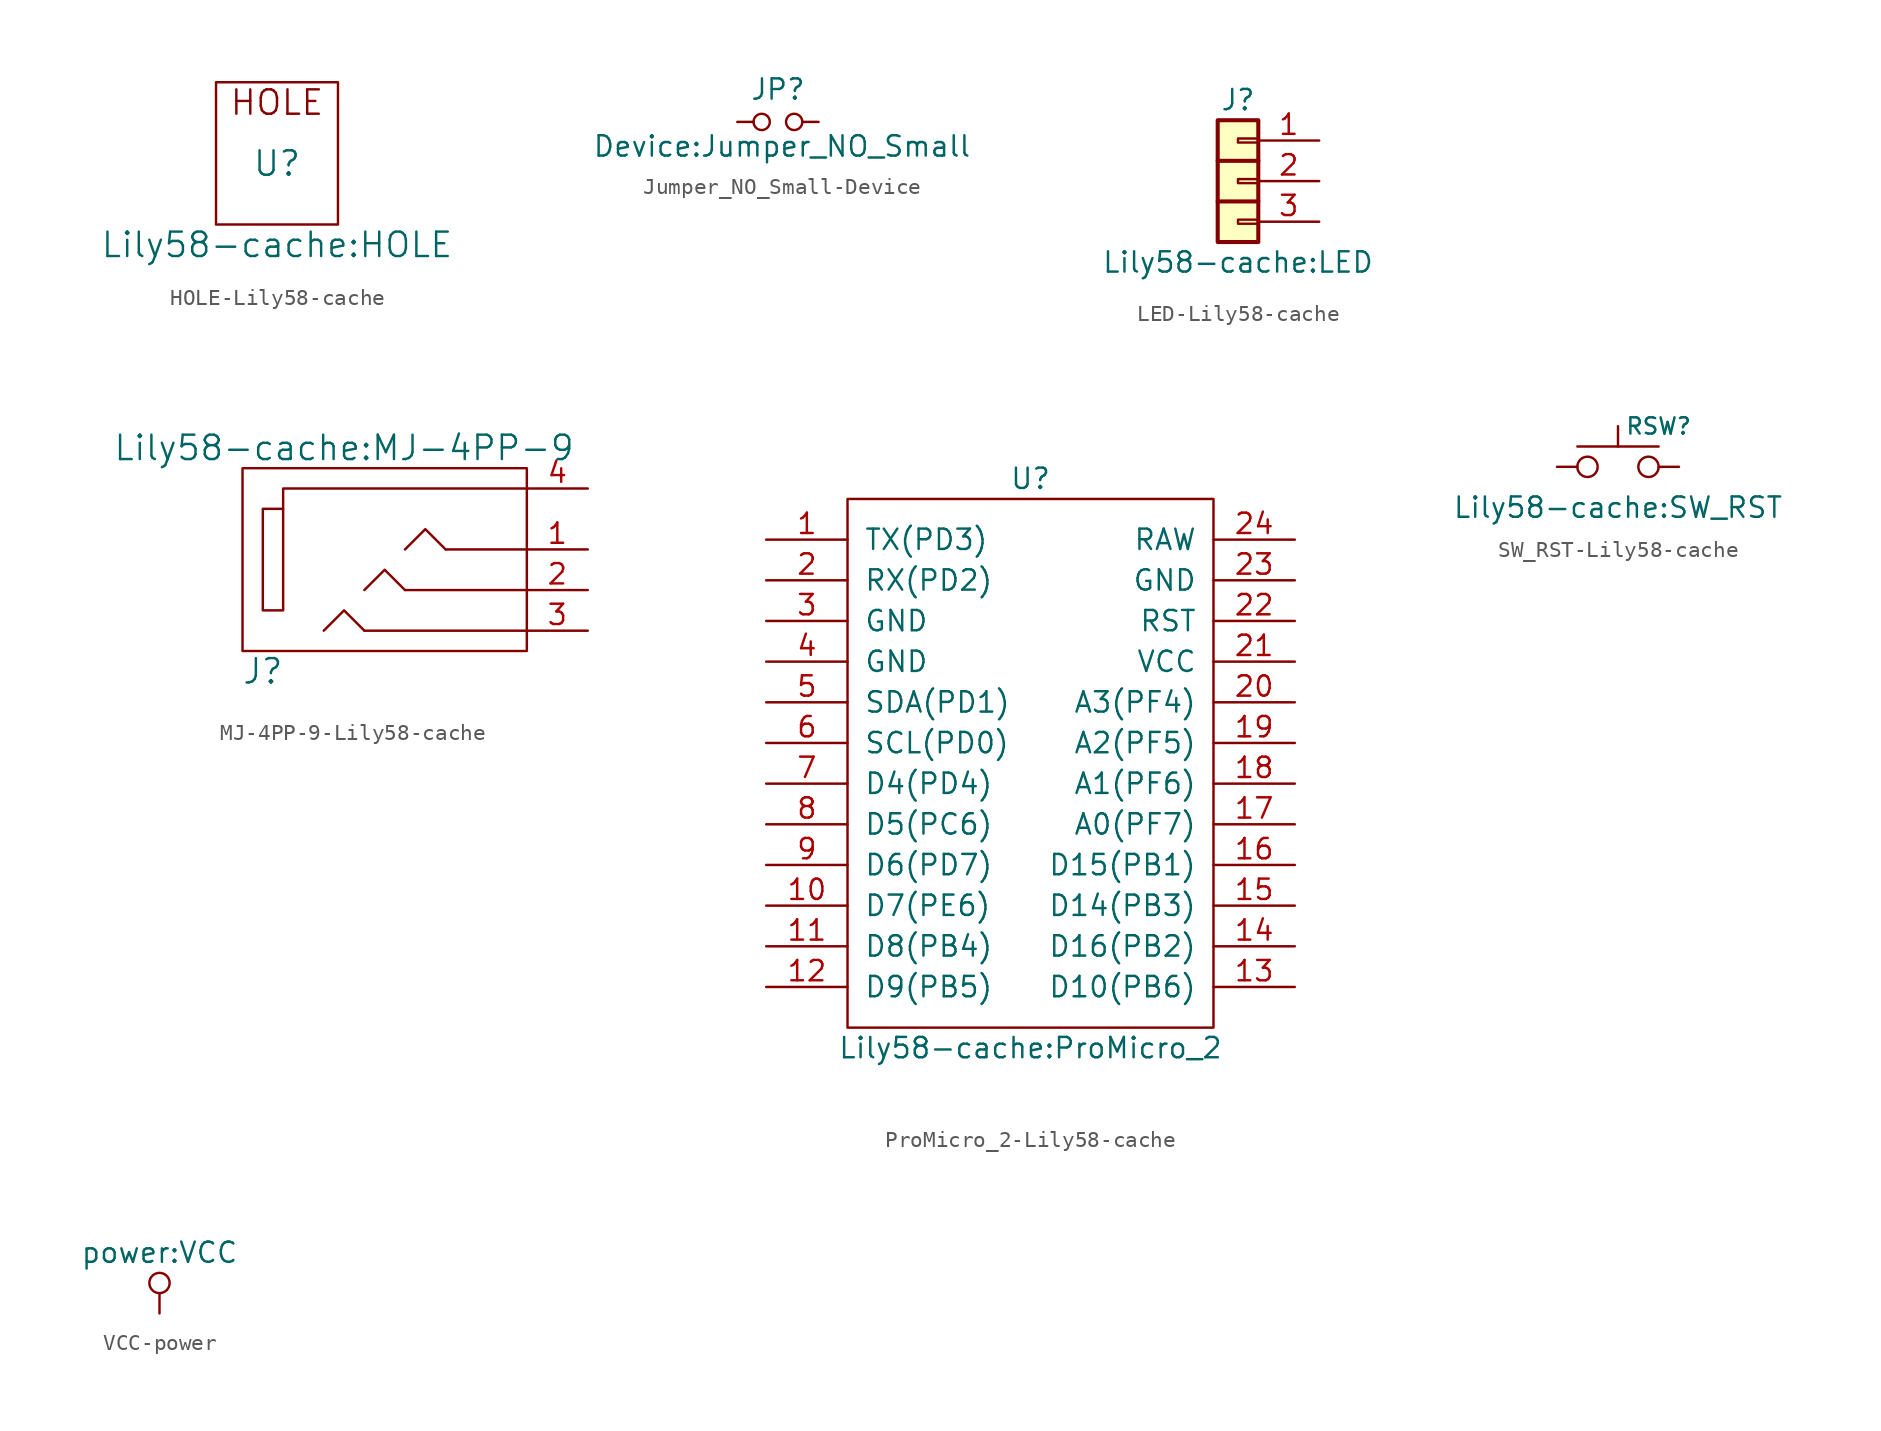
<source format=kicad_sym>
(kicad_symbol_lib
  (version 20231120)
  (generator "kicad_symbol_editor")
  (generator_version "8.0")
  (symbol "HOLE-Lily58-cache"
    (pin_names
      (offset 1.016))
    (property "Reference" "U"
      (at 0 0 0)
      (effects (font (size 1.524 1.524))))
    (property "Value" "Lily58-cache:HOLE"
      (at 0 -5.08 0)
      (effects (font (size 1.524 1.524))))
    (property "Footprint" ""
      (at 0 0 0)
      (effects (font (size 1.524 1.524))))
    (property "Datasheet" ""
      (at 0 0 0)
      (effects (font (size 1.524 1.524))))
    (symbol "HOLE-Lily58-cache_0_0"
      (text "HOLE" (at 0 3.81 0) (effects (font (size 1.524 1.524)))))
    (symbol "HOLE-Lily58-cache_0_1"
      (rectangle (start 3.81 5.08) (end -3.81 -3.81) (stroke (width 0) (type solid)) (fill (type none)))))
  (symbol "Jumper_NO_Small-Device"
    (pin_numbers hide)
    (pin_names
      (offset 0.762) hide)
    (property "Reference" "JP"
      (at 0 2.032 0)
      (effects (font (size 1.27 1.27))))
    (property "Value" "Device:Jumper_NO_Small"
      (at 0.254 -1.524 0)
      (effects (font (size 1.27 1.27))))
    (symbol "Jumper_NO_Small-Device_0_1"
      (circle (center -1.016 0) (radius 0.508) (stroke (width 0) (type solid)) (fill (type none)))
      (circle (center 1.016 0) (radius 0.508) (stroke (width 0) (type solid)) (fill (type none)))
      (pin passive line (at -2.54 0 0) (length 1.016) (name "1" (effects (font (size 1.27 1.27)))) (number "1" (effects (font (size 1.27 1.27)))))
      (pin passive line (at 2.54 0 180) (length 1.016) (name "2" (effects (font (size 1.27 1.27)))) (number "2" (effects (font (size 1.27 1.27)))))))
  (symbol "LED-Lily58-cache"
    (pin_names
      (offset 1.016) hide)
    (property "Reference" "J"
      (at 0 5.08 0)
      (effects (font (size 1.27 1.27))))
    (property "Value" "Lily58-cache:LED"
      (at 0 -5.08 0)
      (effects (font (size 1.27 1.27))))
    (symbol "LED-Lily58-cache_1_1"
      (rectangle (start -1.27 3.81) (end 1.27 -3.81) (stroke (width 0.254) (type solid)) (fill (type background)))
      (rectangle (start 0 -2.413) (end 1.27 -2.667) (stroke (width 0.152) (type solid)) (fill (type none)))
      (polyline (pts (xy -1.27 -1.27) (xy 1.27 -1.27)) (stroke (width 0.254) (type solid)) (fill (type none)))
      (polyline (pts (xy -1.27 1.27) (xy 1.27 1.27)) (stroke (width 0.254) (type solid)) (fill (type none)))
      (rectangle (start 0 0.127) (end 1.27 -0.127) (stroke (width 0.152) (type solid)) (fill (type none)))
      (rectangle (start 0 2.667) (end 1.27 2.413) (stroke (width 0.152) (type solid)) (fill (type none)))
      (pin passive line (at 5.08 2.54 180) (length 3.81) (name "Pin_1" (effects (font (size 1.27 1.27)))) (number "1" (effects (font (size 1.27 1.27)))))
      (pin passive line (at 5.08 0 180) (length 3.81) (name "Pin_2" (effects (font (size 1.27 1.27)))) (number "2" (effects (font (size 1.27 1.27)))))
      (pin passive line (at 5.08 -2.54 180) (length 3.81) (name "Pin_3" (effects (font (size 1.27 1.27)))) (number "3" (effects (font (size 1.27 1.27)))))))
  (symbol "MJ-4PP-9-Lily58-cache"
    (pin_names
      (offset 1.016))
    (property "Reference" "J"
      (at -8.89 -7.62 0)
      (effects (font (size 1.524 1.524))))
    (property "Value" "Lily58-cache:MJ-4PP-9"
      (at -3.81 6.35 0)
      (effects (font (size 1.524 1.524))))
    (property "Footprint" ""
      (at 0 0 0)
      (effects (font (size 1.524 1.524))))
    (property "Datasheet" ""
      (at 0 0 0)
      (effects (font (size 1.524 1.524))))
    (symbol "MJ-4PP-9-Lily58-cache_0_1"
      (rectangle (start -7.62 2.54) (end -8.89 -3.81) (stroke (width 0) (type solid)) (fill (type none)))
      (polyline (pts (xy 2.54 0) (xy 7.62 0)) (stroke (width 0) (type solid)) (fill (type none)))
      (polyline (pts (xy -2.54 -5.08) (xy 7.62 -5.08) (xy 7.62 -5.08)) (stroke (width 0) (type solid)) (fill (type none)))
      (polyline (pts (xy 0 -2.54) (xy -1.27 -1.27) (xy -2.54 -2.54)) (stroke (width 0) (type solid)) (fill (type none)))
      (polyline (pts (xy 0 0) (xy 1.27 1.27) (xy 2.54 0)) (stroke (width 0) (type solid)) (fill (type none)))
      (polyline (pts (xy 7.62 3.81) (xy -7.62 3.81) (xy -7.62 2.54)) (stroke (width 0) (type solid)) (fill (type none)))
      (polyline (pts (xy -2.54 -5.08) (xy -3.81 -3.81) (xy -5.08 -5.08) (xy -5.08 -5.08)) (stroke (width 0) (type solid)) (fill (type none)))
      (polyline (pts (xy 0 -2.54) (xy 7.62 -2.54) (xy 7.62 -2.54) (xy 7.62 -2.54)) (stroke (width 0) (type solid)) (fill (type none)))
      (rectangle (start 7.62 -6.35) (end -10.16 5.08) (stroke (width 0) (type solid)) (fill (type none))))
    (symbol "MJ-4PP-9-Lily58-cache_1_1"
      (pin passive line (at 11.43 0 180) (length 3.81) (name "~" (effects (font (size 1.27 1.27)))) (number "1" (effects (font (size 1.27 1.27)))))
      (pin passive line (at 11.43 -2.54 180) (length 3.81) (name "~" (effects (font (size 1.27 1.27)))) (number "2" (effects (font (size 1.27 1.27)))))
      (pin passive line (at 11.43 -5.08 180) (length 3.81) (name "~" (effects (font (size 1.27 1.27)))) (number "3" (effects (font (size 1.27 1.27)))))
      (pin passive line (at 11.43 3.81 180) (length 3.81) (name "~" (effects (font (size 1.27 1.27)))) (number "4" (effects (font (size 1.27 1.27)))))))
  (symbol "ProMicro_2-Lily58-cache"
    (pin_names
      (offset 1.016))
    (property "Reference" "U"
      (at 0 17.78 0)
      (effects (font (size 1.27 1.27))))
    (property "Value" "Lily58-cache:ProMicro_2"
      (at 0 -17.78 0)
      (effects (font (size 1.27 1.27))))
    (symbol "ProMicro_2-Lily58-cache_0_1"
      (rectangle (start -11.43 16.51) (end 11.43 -16.51) (stroke (width 0) (type solid)) (fill (type none))))
    (symbol "ProMicro_2-Lily58-cache_1_1"
      (pin input line (at -16.51 13.97 0) (length 5.08) (name "TX(PD3)" (effects (font (size 1.27 1.27)))) (number "1" (effects (font (size 1.27 1.27)))))
      (pin input line (at -16.51 -8.89 0) (length 5.08) (name "D7(PE6)" (effects (font (size 1.27 1.27)))) (number "10" (effects (font (size 1.27 1.27)))))
      (pin input line (at -16.51 -11.43 0) (length 5.08) (name "D8(PB4)" (effects (font (size 1.27 1.27)))) (number "11" (effects (font (size 1.27 1.27)))))
      (pin input line (at -16.51 -13.97 0) (length 5.08) (name "D9(PB5)" (effects (font (size 1.27 1.27)))) (number "12" (effects (font (size 1.27 1.27)))))
      (pin input line (at 16.51 -13.97 180) (length 5.08) (name "D10(PB6)" (effects (font (size 1.27 1.27)))) (number "13" (effects (font (size 1.27 1.27)))))
      (pin input line (at 16.51 -11.43 180) (length 5.08) (name "D16(PB2)" (effects (font (size 1.27 1.27)))) (number "14" (effects (font (size 1.27 1.27)))))
      (pin input line (at 16.51 -8.89 180) (length 5.08) (name "D14(PB3)" (effects (font (size 1.27 1.27)))) (number "15" (effects (font (size 1.27 1.27)))))
      (pin input line (at 16.51 -6.35 180) (length 5.08) (name "D15(PB1)" (effects (font (size 1.27 1.27)))) (number "16" (effects (font (size 1.27 1.27)))))
      (pin input line (at 16.51 -3.81 180) (length 5.08) (name "A0(PF7)" (effects (font (size 1.27 1.27)))) (number "17" (effects (font (size 1.27 1.27)))))
      (pin input line (at 16.51 -1.27 180) (length 5.08) (name "A1(PF6)" (effects (font (size 1.27 1.27)))) (number "18" (effects (font (size 1.27 1.27)))))
      (pin input line (at 16.51 1.27 180) (length 5.08) (name "A2(PF5)" (effects (font (size 1.27 1.27)))) (number "19" (effects (font (size 1.27 1.27)))))
      (pin input line (at -16.51 11.43 0) (length 5.08) (name "RX(PD2)" (effects (font (size 1.27 1.27)))) (number "2" (effects (font (size 1.27 1.27)))))
      (pin input line (at 16.51 3.81 180) (length 5.08) (name "A3(PF4)" (effects (font (size 1.27 1.27)))) (number "20" (effects (font (size 1.27 1.27)))))
      (pin input line (at 16.51 6.35 180) (length 5.08) (name "VCC" (effects (font (size 1.27 1.27)))) (number "21" (effects (font (size 1.27 1.27)))))
      (pin input line (at 16.51 8.89 180) (length 5.08) (name "RST" (effects (font (size 1.27 1.27)))) (number "22" (effects (font (size 1.27 1.27)))))
      (pin input line (at 16.51 11.43 180) (length 5.08) (name "GND" (effects (font (size 1.27 1.27)))) (number "23" (effects (font (size 1.27 1.27)))))
      (pin input line (at 16.51 13.97 180) (length 5.08) (name "RAW" (effects (font (size 1.27 1.27)))) (number "24" (effects (font (size 1.27 1.27)))))
      (pin input line (at -16.51 8.89 0) (length 5.08) (name "GND" (effects (font (size 1.27 1.27)))) (number "3" (effects (font (size 1.27 1.27)))))
      (pin input line (at -16.51 6.35 0) (length 5.08) (name "GND" (effects (font (size 1.27 1.27)))) (number "4" (effects (font (size 1.27 1.27)))))
      (pin input line (at -16.51 3.81 0) (length 5.08) (name "SDA(PD1)" (effects (font (size 1.27 1.27)))) (number "5" (effects (font (size 1.27 1.27)))))
      (pin input line (at -16.51 1.27 0) (length 5.08) (name "SCL(PD0)" (effects (font (size 1.27 1.27)))) (number "6" (effects (font (size 1.27 1.27)))))
      (pin input line (at -16.51 -1.27 0) (length 5.08) (name "D4(PD4)" (effects (font (size 1.27 1.27)))) (number "7" (effects (font (size 1.27 1.27)))))
      (pin input line (at -16.51 -3.81 0) (length 5.08) (name "D5(PC6)" (effects (font (size 1.27 1.27)))) (number "8" (effects (font (size 1.27 1.27)))))
      (pin input line (at -16.51 -6.35 0) (length 5.08) (name "D6(PD7)" (effects (font (size 1.27 1.27)))) (number "9" (effects (font (size 1.27 1.27)))))))
  (symbol "SW_RST-Lily58-cache"
    (pin_numbers hide)
    (pin_names
      (offset 1.016) hide)
    (property "Reference" "RSW"
      (at 2.54 2.54 0)
      (effects (font (size 1.016 1.016))))
    (property "Value" "Lily58-cache:SW_RST"
      (at 0 -2.54 0)
      (effects (font (size 1.27 1.27))))
    (symbol "SW_RST-Lily58-cache_0_1"
      (polyline (pts (xy -2.54 1.27) (xy 2.54 1.27)) (stroke (width 0) (type solid)) (fill (type none)))
      (polyline (pts (xy 0 2.54) (xy 0 1.27)) (stroke (width 0) (type solid)) (fill (type none)))
      (pin passive inverted (at -3.81 0 0) (length 2.54) (name "1" (effects (font (size 1.27 1.27)))) (number "1" (effects (font (size 1.27 1.27)))))
      (pin passive inverted (at 3.81 0 180) (length 2.54) (name "2" (effects (font (size 1.27 1.27)))) (number "2" (effects (font (size 1.27 1.27)))))))
  (symbol "VCC-power"
    (power)
    (pin_names
      (offset 0))
    (property "Reference" "#PWR"
      (at 0 -3.81 0)
      (effects (font (size 1.27 1.27)) (hide yes)))
    (property "Value" "power:VCC"
      (at 0 3.81 0)
      (effects (font (size 1.27 1.27))))
    (symbol "VCC-power_0_1"
      (polyline (pts (xy 0 0) (xy 0 1.27)) (stroke (width 0) (type solid)) (fill (type none)))
      (circle (center 0 1.905) (radius 0.635) (stroke (width 0) (type solid)) (fill (type none))))
    (symbol "VCC-power_1_1"
      (pin power_in line (at 0 0 90) (length 0) hide (name "VCC" (effects (font (size 1.27 1.27)))) (number "1" (effects (font (size 1.27 1.27))))))))
</source>
